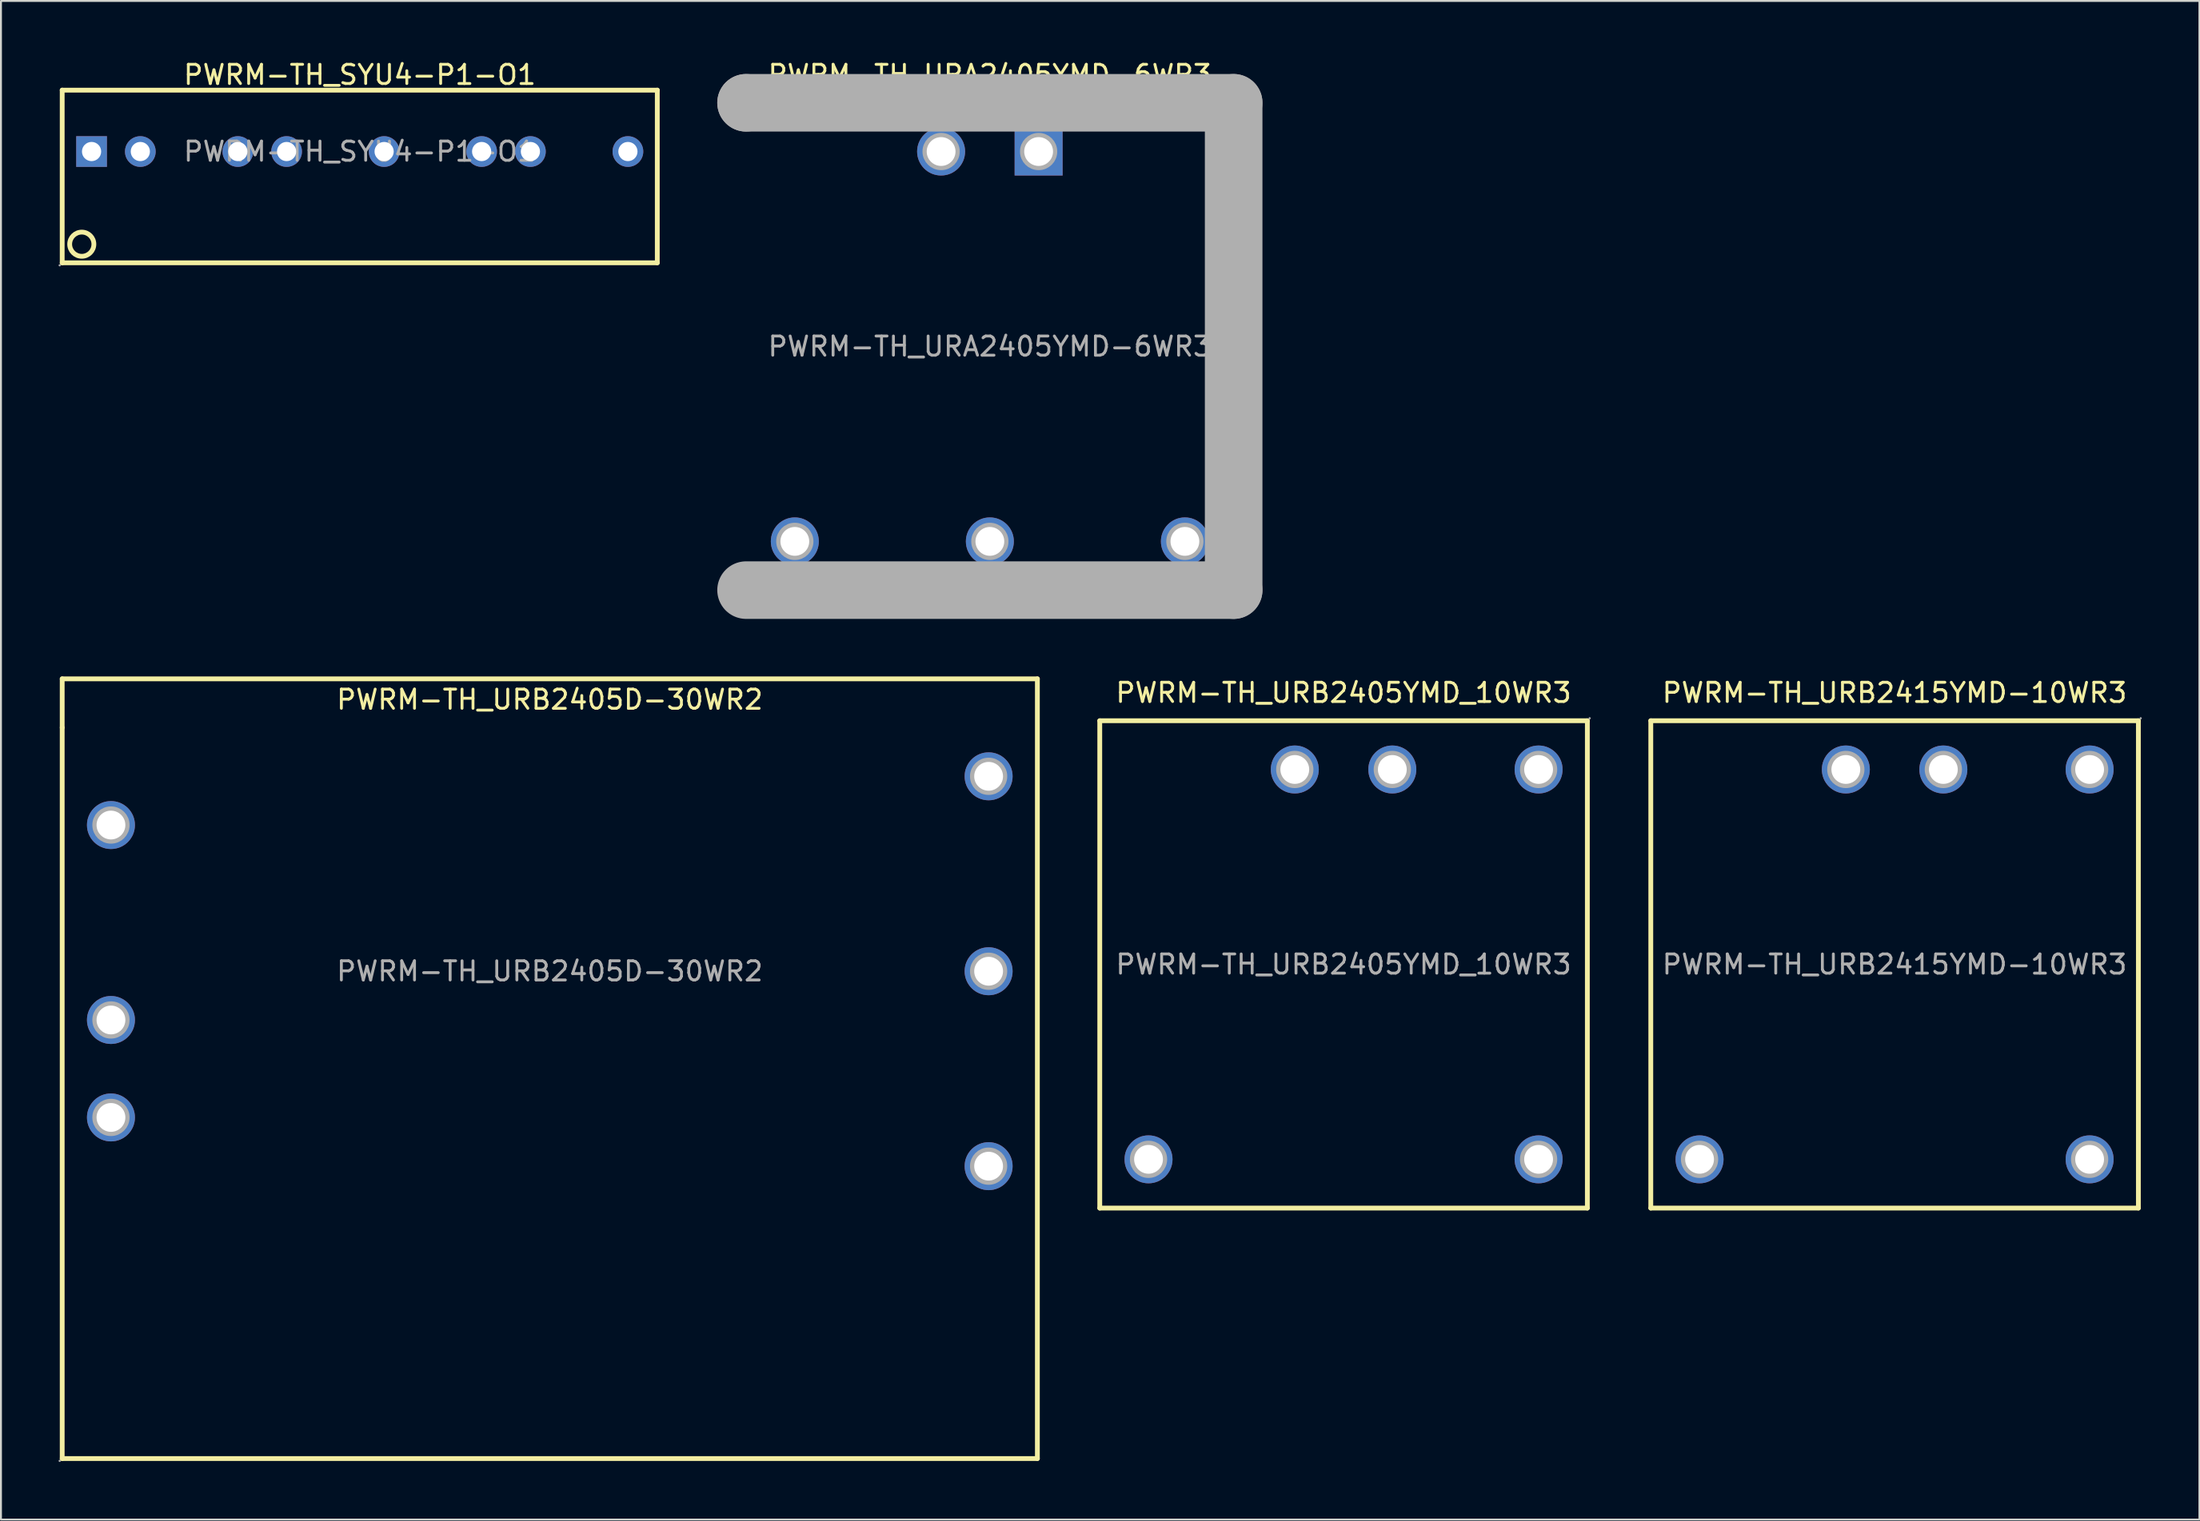
<source format=kicad_pcb>
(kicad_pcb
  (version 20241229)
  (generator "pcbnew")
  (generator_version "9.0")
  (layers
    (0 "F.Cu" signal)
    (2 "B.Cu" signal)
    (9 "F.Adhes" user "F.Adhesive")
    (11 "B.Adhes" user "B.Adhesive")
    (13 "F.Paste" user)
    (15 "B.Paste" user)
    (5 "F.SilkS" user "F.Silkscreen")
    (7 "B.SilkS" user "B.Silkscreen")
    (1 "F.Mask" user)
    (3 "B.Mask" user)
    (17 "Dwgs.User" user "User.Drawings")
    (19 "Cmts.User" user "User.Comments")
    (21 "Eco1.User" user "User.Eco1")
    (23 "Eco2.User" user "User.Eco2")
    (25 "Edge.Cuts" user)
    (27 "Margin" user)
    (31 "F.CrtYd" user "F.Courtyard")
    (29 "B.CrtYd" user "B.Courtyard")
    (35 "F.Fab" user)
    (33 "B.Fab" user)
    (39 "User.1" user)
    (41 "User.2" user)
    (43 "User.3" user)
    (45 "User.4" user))
  (footprint "PWRM-TH_SYU4-P1-O1"
    (layer "F.Cu")
    (at 15.69 4.848)
    (property "Reference" "PWRM-TH_SYU4-P1-O1" (at 0 -4 0) (layer "F.SilkS") (effects (font (size 1 1) (thickness 0.15))))
    (attr through_hole)
    (fp_line (start -15.5 -3.2) (end 15.5 -3.2) (stroke (width 0.25) (type solid)) (layer "F.SilkS"))
    (fp_line (start -15.5 5.8) (end -15.5 -3.2) (stroke (width 0.25) (type solid)) (layer "F.SilkS"))
    (fp_line (start 15.5 -3.2) (end 15.5 5.8) (stroke (width 0.25) (type solid)) (layer "F.SilkS"))
    (fp_line (start 15.5 5.8) (end -15.5 5.8) (stroke (width 0.25) (type solid)) (layer "F.SilkS"))
    (fp_circle (center -14.48 4.83) (end -13.85 4.83) (stroke (width 0.25) (type solid)) (fill no) (layer "F.SilkS"))
    (fp_circle (center -15.63 5.93) (end -15.6 5.93) (stroke (width 0.06) (type solid)) (fill no) (layer "F.Fab"))
    (fp_circle (center -13.97 0) (end -13.77 0) (stroke (width 0.4) (type solid)) (fill no) (layer "F.Fab"))
    (fp_circle (center -11.43 0) (end -11.23 0) (stroke (width 0.4) (type solid)) (fill no) (layer "F.Fab"))
    (fp_circle (center -6.35 0) (end -6.15 0) (stroke (width 0.4) (type solid)) (fill no) (layer "F.Fab"))
    (fp_circle (center -3.81 0) (end -3.61 0) (stroke (width 0.4) (type solid)) (fill no) (layer "F.Fab"))
    (fp_circle (center 1.27 0) (end 1.47 0) (stroke (width 0.4) (type solid)) (fill no) (layer "F.Fab"))
    (fp_circle (center 6.35 0) (end 6.55 0) (stroke (width 0.4) (type solid)) (fill no) (layer "F.Fab"))
    (fp_circle (center 8.89 0) (end 9.09 0) (stroke (width 0.4) (type solid)) (fill no) (layer "F.Fab"))
    (fp_circle (center 13.97 0) (end 14.17 0) (stroke (width 0.4) (type solid)) (fill no) (layer "F.Fab"))
    (fp_text user "${REFERENCE}" (at 0 0 0) (layer "F.Fab") (effects (font (size 1 1) (thickness 0.15))))
    (pad "1" thru_hole rect (at -13.97 0) (size 1.6 1.6) (drill 1) (layers "*.Cu" "*.Paste" "*.Mask"))
    (pad "2" thru_hole circle (at -11.43 0) (size 1.6 1.6) (drill 1) (layers "*.Cu" "*.Paste" "*.Mask"))
    (pad "3" thru_hole circle (at -6.35 0) (size 1.6 1.6) (drill 1) (layers "*.Cu" "*.Paste" "*.Mask"))
    (pad "4" thru_hole circle (at -3.81 0) (size 1.6 1.6) (drill 1) (layers "*.Cu" "*.Paste" "*.Mask"))
    (pad "5" thru_hole circle (at 1.27 0) (size 1.6 1.6) (drill 1) (layers "*.Cu" "*.Paste" "*.Mask"))
    (pad "6" thru_hole circle (at 6.35 0) (size 1.6 1.6) (drill 1) (layers "*.Cu" "*.Paste" "*.Mask"))
    (pad "7" thru_hole circle (at 8.89 0) (size 1.6 1.6) (drill 1) (layers "*.Cu" "*.Paste" "*.Mask"))
    (pad "8" thru_hole circle (at 13.97 0) (size 1.6 1.6) (drill 1) (layers "*.Cu" "*.Paste" "*.Mask")))
  (footprint "PWRM-TH_URB2405YMD_10WR3"
    (layer "F.Cu")
    (at 66.94 47.217)
    (property "Reference" "PWRM-TH_URB2405YMD_10WR3" (at 0 -14.16 0) (layer "F.SilkS") (effects (font (size 1 1) (thickness 0.15))))
    (attr through_hole)
    (fp_line (start -12.7 -12.7) (end 12.7 -12.7) (stroke (width 0.25) (type solid)) (layer "F.SilkS"))
    (fp_line (start -12.7 12.7) (end -12.7 -12.7) (stroke (width 0.25) (type solid)) (layer "F.SilkS"))
    (fp_line (start 12.7 -12.7) (end 12.7 12.7) (stroke (width 0.25) (type solid)) (layer "F.SilkS"))
    (fp_line (start 12.7 12.7) (end -12.7 12.7) (stroke (width 0.25) (type solid)) (layer "F.SilkS"))
    (fp_circle (center -10.16 10.16) (end -9.84 10.16) (stroke (width 0.65) (type solid)) (fill no) (layer "F.Fab"))
    (fp_circle (center -2.54 -10.16) (end -2.22 -10.16) (stroke (width 0.65) (type solid)) (fill no) (layer "F.Fab"))
    (fp_circle (center 2.54 -10.16) (end 2.86 -10.16) (stroke (width 0.65) (type solid)) (fill no) (layer "F.Fab"))
    (fp_circle (center 10.16 -10.16) (end 10.48 -10.16) (stroke (width 0.65) (type solid)) (fill no) (layer "F.Fab"))
    (fp_circle (center 10.16 10.16) (end 10.48 10.16) (stroke (width 0.65) (type solid)) (fill no) (layer "F.Fab"))
    (fp_circle (center 12.82 -12.83) (end 12.85 -12.83) (stroke (width 0.06) (type solid)) (fill no) (layer "F.Fab"))
    (fp_text user "${REFERENCE}" (at 0 0 0) (layer "F.Fab") (effects (font (size 1 1) (thickness 0.15))))
    (pad "1" thru_hole circle (at 2.54 -10.16) (size 2.5 2.5) (drill 1.5) (layers "*.Cu" "*.Paste" "*.Mask"))
    (pad "2" thru_hole circle (at -2.54 -10.16) (size 2.5 2.5) (drill 1.5) (layers "*.Cu" "*.Paste" "*.Mask"))
    (pad "3" thru_hole circle (at -10.16 10.16) (size 2.5 2.5) (drill 1.5) (layers "*.Cu" "*.Paste" "*.Mask"))
    (pad "5" thru_hole circle (at 10.16 10.16) (size 2.5 2.5) (drill 1.5) (layers "*.Cu" "*.Paste" "*.Mask"))
    (pad "6" thru_hole circle (at 10.16 -10.16) (size 2.5 2.5) (drill 1.5) (layers "*.Cu" "*.Paste" "*.Mask")))
  (footprint "PWRM-TH_URA2405YMD-6WR3"
    (layer "F.Cu")
    (at 48.515 15.008)
    (property "Reference" "PWRM-TH_URA2405YMD-6WR3" (at 0 -14.16 0) (layer "F.SilkS") (effects (font (size 1 1) (thickness 0.15))))
    (attr through_hole)
    (fp_line (start -12.7 -12.7) (end -12.7 -12.7) (stroke (width 3) (type solid)) (layer "F.Fab"))
    (fp_line (start -12.7 -12.7) (end 12.7 -12.7) (stroke (width 3) (type solid)) (layer "F.Fab"))
    (fp_line (start 12.7 -12.7) (end 12.7 12.7) (stroke (width 3) (type solid)) (layer "F.Fab"))
    (fp_line (start 12.7 12.7) (end -12.7 12.7) (stroke (width 3) (type solid)) (layer "F.Fab"))
    (fp_circle (center -10.16 10.16) (end -9.84 10.16) (stroke (width 0.65) (type solid)) (fill no) (layer "F.Fab"))
    (fp_circle (center -2.54 -10.16) (end -2.22 -10.16) (stroke (width 0.65) (type solid)) (fill no) (layer "F.Fab"))
    (fp_circle (center 0 10.16) (end 0.32 10.16) (stroke (width 0.65) (type solid)) (fill no) (layer "F.Fab"))
    (fp_circle (center 2.54 -10.16) (end 2.86 -10.16) (stroke (width 0.65) (type solid)) (fill no) (layer "F.Fab"))
    (fp_circle (center 10.16 10.16) (end 10.48 10.16) (stroke (width 0.65) (type solid)) (fill no) (layer "F.Fab"))
    (fp_circle (center 12.83 -12.83) (end 12.86 -12.83) (stroke (width 0.06) (type solid)) (fill no) (layer "F.Fab"))
    (fp_text user "${REFERENCE}" (at 0 0 0) (layer "F.Fab") (effects (font (size 1 1) (thickness 0.15))))
    (pad "1" thru_hole rect (at 2.54 -10.16) (size 2.5 2.5) (drill 1.5) (layers "*.Cu" "*.Paste" "*.Mask"))
    (pad "2" thru_hole circle (at -2.54 -10.16) (size 2.5 2.5) (drill 1.5) (layers "*.Cu" "*.Paste" "*.Mask"))
    (pad "3" thru_hole circle (at -10.16 10.16) (size 2.5 2.5) (drill 1.5) (layers "*.Cu" "*.Paste" "*.Mask"))
    (pad "4" thru_hole circle (at 0 10.16) (size 2.5 2.5) (drill 1.5) (layers "*.Cu" "*.Paste" "*.Mask"))
    (pad "5" thru_hole circle (at 10.16 10.16) (size 2.5 2.5) (drill 1.5) (layers "*.Cu" "*.Paste" "*.Mask")))
  (footprint "PWRM-TH_URB2405D-30WR2"
    (layer "F.Cu")
    (at 25.59 47.573)
    (property "Reference" "PWRM-TH_URB2405D-30WR2" (at 0 -14.16 0) (layer "F.SilkS") (effects (font (size 1 1) (thickness 0.15))))
    (attr through_hole)
    (fp_line (start -25.4 -15.24) (end 25.4 -15.24) (stroke (width 0.25) (type solid)) (layer "F.SilkS"))
    (fp_line (start -25.4 -12.7) (end -25.4 -15.24) (stroke (width 0.25) (type solid)) (layer "F.SilkS"))
    (fp_line (start -25.4 25.4) (end -25.4 -12.7) (stroke (width 0.25) (type solid)) (layer "F.SilkS"))
    (fp_line (start -25.4 25.4) (end 25.4 25.4) (stroke (width 0.25) (type solid)) (layer "F.SilkS"))
    (fp_line (start 25.4 -15.24) (end 25.4 25.4) (stroke (width 0.25) (type solid)) (layer "F.SilkS"))
    (fp_circle (center -25.53 25.52) (end -25.5 25.52) (stroke (width 0.06) (type solid)) (fill no) (layer "F.Fab"))
    (fp_circle (center -22.86 -7.62) (end -22.54 -7.62) (stroke (width 0.65) (type solid)) (fill no) (layer "F.Fab"))
    (fp_circle (center -22.86 2.54) (end -22.54 2.54) (stroke (width 0.65) (type solid)) (fill no) (layer "F.Fab"))
    (fp_circle (center -22.86 7.62) (end -22.54 7.62) (stroke (width 0.65) (type solid)) (fill no) (layer "F.Fab"))
    (fp_circle (center 22.86 -10.16) (end 23.18 -10.16) (stroke (width 0.65) (type solid)) (fill no) (layer "F.Fab"))
    (fp_circle (center 22.86 0) (end 23.18 0) (stroke (width 0.65) (type solid)) (fill no) (layer "F.Fab"))
    (fp_circle (center 22.86 10.16) (end 23.18 10.16) (stroke (width 0.65) (type solid)) (fill no) (layer "F.Fab"))
    (fp_text user "${REFERENCE}" (at 0 0 0) (layer "F.Fab") (effects (font (size 1 1) (thickness 0.15))))
    (pad "1" thru_hole circle (at -22.86 7.62) (size 2.5 2.5) (drill 1.5) (layers "*.Cu" "*.Paste" "*.Mask"))
    (pad "2" thru_hole circle (at -22.86 2.54) (size 2.5 2.5) (drill 1.5) (layers "*.Cu" "*.Paste" "*.Mask"))
    (pad "3" thru_hole circle (at -22.86 -7.62) (size 2.5 2.5) (drill 1.5) (layers "*.Cu" "*.Paste" "*.Mask"))
    (pad "4" thru_hole circle (at 22.86 -10.16) (size 2.5 2.5) (drill 1.5) (layers "*.Cu" "*.Paste" "*.Mask"))
    (pad "5" thru_hole circle (at 22.86 0) (size 2.5 2.5) (drill 1.5) (layers "*.Cu" "*.Paste" "*.Mask"))
    (pad "6" thru_hole circle (at 22.86 10.16) (size 2.5 2.5) (drill 1.5) (layers "*.Cu" "*.Paste" "*.Mask")))
  (footprint "PWRM-TH_URB2415YMD-10WR3"
    (layer "F.Cu")
    (at 95.645 47.217)
    (property "Reference" "PWRM-TH_URB2415YMD-10WR3" (at 0 -14.16 0) (layer "F.SilkS") (effects (font (size 1 1) (thickness 0.15))))
    (attr through_hole)
    (fp_line (start -12.7 -12.7) (end 12.7 -12.7) (stroke (width 0.25) (type solid)) (layer "F.SilkS"))
    (fp_line (start -12.7 12.7) (end -12.7 -12.7) (stroke (width 0.25) (type solid)) (layer "F.SilkS"))
    (fp_line (start 12.7 -12.7) (end 12.7 12.7) (stroke (width 0.25) (type solid)) (layer "F.SilkS"))
    (fp_line (start 12.7 12.7) (end -12.7 12.7) (stroke (width 0.25) (type solid)) (layer "F.SilkS"))
    (fp_circle (center -10.16 10.16) (end -9.84 10.16) (stroke (width 0.65) (type solid)) (fill no) (layer "F.Fab"))
    (fp_circle (center -2.54 -10.16) (end -2.22 -10.16) (stroke (width 0.65) (type solid)) (fill no) (layer "F.Fab"))
    (fp_circle (center 2.54 -10.16) (end 2.86 -10.16) (stroke (width 0.65) (type solid)) (fill no) (layer "F.Fab"))
    (fp_circle (center 10.16 -10.16) (end 10.48 -10.16) (stroke (width 0.65) (type solid)) (fill no) (layer "F.Fab"))
    (fp_circle (center 10.16 10.16) (end 10.48 10.16) (stroke (width 0.65) (type solid)) (fill no) (layer "F.Fab"))
    (fp_circle (center 12.82 -12.83) (end 12.85 -12.83) (stroke (width 0.06) (type solid)) (fill no) (layer "F.Fab"))
    (fp_text user "${REFERENCE}" (at 0 0 0) (layer "F.Fab") (effects (font (size 1 1) (thickness 0.15))))
    (pad "1" thru_hole circle (at 2.54 -10.16) (size 2.5 2.5) (drill 1.5) (layers "*.Cu" "*.Paste" "*.Mask"))
    (pad "2" thru_hole circle (at -2.54 -10.16) (size 2.5 2.5) (drill 1.5) (layers "*.Cu" "*.Paste" "*.Mask"))
    (pad "3" thru_hole circle (at -10.16 10.16) (size 2.5 2.5) (drill 1.5) (layers "*.Cu" "*.Paste" "*.Mask"))
    (pad "5" thru_hole circle (at 10.16 10.16) (size 2.5 2.5) (drill 1.5) (layers "*.Cu" "*.Paste" "*.Mask"))
    (pad "6" thru_hole circle (at 10.16 -10.16) (size 2.5 2.5) (drill 1.5) (layers "*.Cu" "*.Paste" "*.Mask")))
  (gr_rect
    (start -3 -3)
    (end 111.525 76.153)
    (stroke (width 0.1) (type default))
    (fill no)
    (layer "Edge.Cuts")))
</source>
